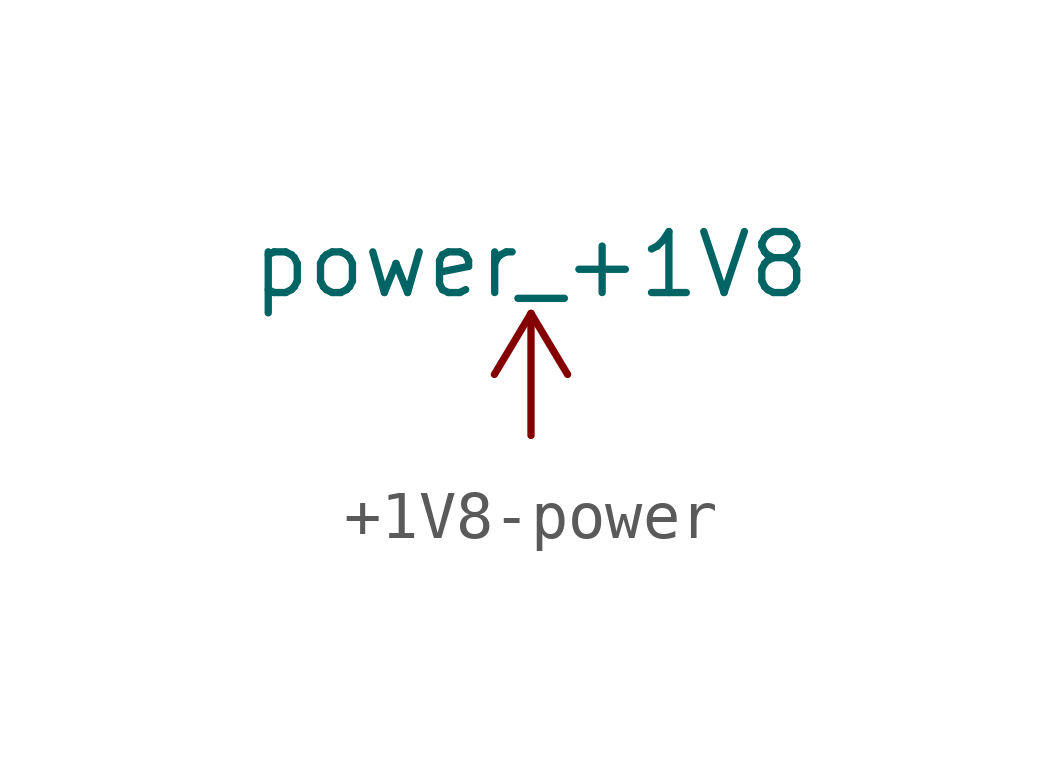
<source format=kicad_sym>
(kicad_symbol_lib
  (version 20231120)
  (generator "kicad_symbol_editor")
  (generator_version "8.0")
  (symbol "+1V8-power"
    (power)
    (pin_names
      (offset 0))
    (property "Reference" "#PWR"
      (at 0 -3.81 0)
      (effects (font (size 1.27 1.27)) (hide yes)))
    (property "Value" "power_+1V8"
      (at 0 3.556 0)
      (effects (font (size 1.27 1.27))))
    (symbol "+1V8-power_0_1"
      (polyline (pts (xy -0.762 1.27) (xy 0 2.54)) (stroke (width 0) (type solid)) (fill (type none)))
      (polyline (pts (xy 0 0) (xy 0 2.54)) (stroke (width 0) (type solid)) (fill (type none)))
      (polyline (pts (xy 0 2.54) (xy 0.762 1.27)) (stroke (width 0) (type solid)) (fill (type none))))
    (symbol "+1V8-power_1_1"
      (pin power_in line (at 0 0 90) (length 0) hide (name "+1V8" (effects (font (size 1.27 1.27)))) (number "1" (effects (font (size 1.27 1.27))))))))
</source>
